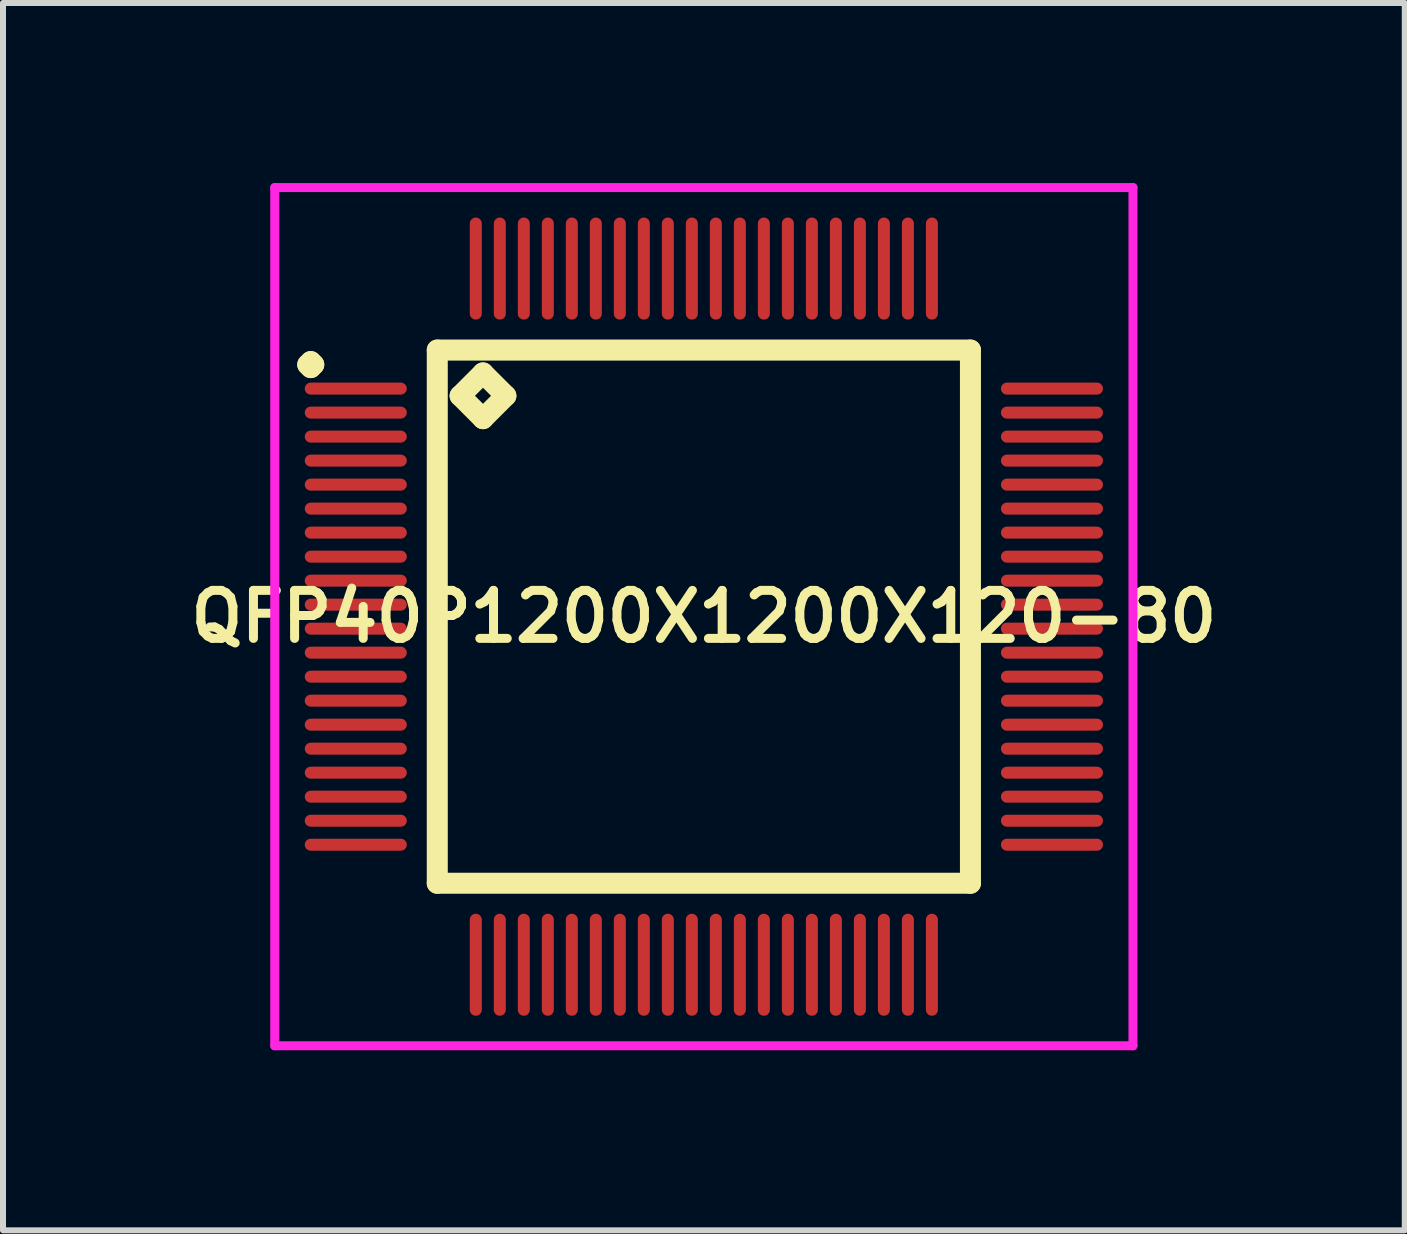
<source format=kicad_pcb>
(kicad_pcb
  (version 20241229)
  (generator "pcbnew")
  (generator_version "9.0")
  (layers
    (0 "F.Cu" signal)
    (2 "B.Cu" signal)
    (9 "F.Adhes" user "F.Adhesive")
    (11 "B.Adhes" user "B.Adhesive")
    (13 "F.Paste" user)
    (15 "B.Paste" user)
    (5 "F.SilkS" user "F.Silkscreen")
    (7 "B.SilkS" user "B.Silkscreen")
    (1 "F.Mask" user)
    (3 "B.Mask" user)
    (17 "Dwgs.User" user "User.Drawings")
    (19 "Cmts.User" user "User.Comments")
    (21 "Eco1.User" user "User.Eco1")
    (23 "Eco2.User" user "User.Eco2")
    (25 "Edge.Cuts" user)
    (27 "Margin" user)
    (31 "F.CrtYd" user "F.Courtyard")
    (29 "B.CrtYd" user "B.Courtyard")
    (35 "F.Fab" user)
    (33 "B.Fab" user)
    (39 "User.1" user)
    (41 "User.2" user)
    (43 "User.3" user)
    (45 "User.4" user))
  (footprint "QFP40P1200X1200X120-80"
    (layer "F.Cu")
    (at 8.678 7.225)
    (property "Reference" "QFP40P1200X1200X120-80" (at 0 0 0) (layer "F.SilkS") (effects (font (size 0.8 0.8) (thickness 0.15))))
    (attr smd)
    (fp_line (start -6.6 -4.2) (end -6.55 -4.25) (stroke (width 0.35) (type solid)) (layer "F.SilkS"))
    (fp_line (start -6.55 -4.25) (end -6.5 -4.2) (stroke (width 0.35) (type solid)) (layer "F.SilkS"))
    (fp_line (start -6.55 -4.15) (end -6.6 -4.2) (stroke (width 0.35) (type solid)) (layer "F.SilkS"))
    (fp_line (start -6.5 -4.2) (end -6.55 -4.15) (stroke (width 0.35) (type solid)) (layer "F.SilkS"))
    (fp_line (start -4.442 -4.442) (end -4.442 4.442) (stroke (width 0.35) (type solid)) (layer "F.SilkS"))
    (fp_line (start -4.442 4.442) (end 4.442 4.442) (stroke (width 0.35) (type solid)) (layer "F.SilkS"))
    (fp_line (start -4.061 -3.68) (end -3.68 -4.061) (stroke (width 0.35) (type solid)) (layer "F.SilkS"))
    (fp_line (start -3.68 -4.061) (end -3.299 -3.68) (stroke (width 0.35) (type solid)) (layer "F.SilkS"))
    (fp_line (start -3.68 -3.299) (end -4.061 -3.68) (stroke (width 0.35) (type solid)) (layer "F.SilkS"))
    (fp_line (start -3.299 -3.68) (end -3.68 -3.299) (stroke (width 0.35) (type solid)) (layer "F.SilkS"))
    (fp_line (start 4.442 -4.442) (end -4.442 -4.442) (stroke (width 0.35) (type solid)) (layer "F.SilkS"))
    (fp_line (start 4.442 4.442) (end 4.442 -4.442) (stroke (width 0.35) (type solid)) (layer "F.SilkS"))
    (fp_line (start -7.15 -7.15) (end 7.15 -7.15) (stroke (width 0.15) (type solid)) (layer "F.CrtYd"))
    (fp_line (start -7.15 7.15) (end -7.15 -7.15) (stroke (width 0.15) (type solid)) (layer "F.CrtYd"))
    (fp_line (start 7.15 -7.15) (end 7.15 7.15) (stroke (width 0.15) (type solid)) (layer "F.CrtYd"))
    (fp_line (start 7.15 7.15) (end -7.15 7.15) (stroke (width 0.15) (type solid)) (layer "F.CrtYd"))
    (pad "1" smd oval (at -5.8 -3.8) (size 1.7 0.2) (layers "F.Cu" "F.Mask" "F.Paste"))
    (pad "2" smd oval (at -5.8 -3.4) (size 1.7 0.2) (layers "F.Cu" "F.Mask" "F.Paste"))
    (pad "3" smd oval (at -5.8 -3) (size 1.7 0.2) (layers "F.Cu" "F.Mask" "F.Paste"))
    (pad "4" smd oval (at -5.8 -2.6) (size 1.7 0.2) (layers "F.Cu" "F.Mask" "F.Paste"))
    (pad "5" smd oval (at -5.8 -2.2) (size 1.7 0.2) (layers "F.Cu" "F.Mask" "F.Paste"))
    (pad "6" smd oval (at -5.8 -1.8) (size 1.7 0.2) (layers "F.Cu" "F.Mask" "F.Paste"))
    (pad "7" smd oval (at -5.8 -1.4) (size 1.7 0.2) (layers "F.Cu" "F.Mask" "F.Paste"))
    (pad "8" smd oval (at -5.8 -1) (size 1.7 0.2) (layers "F.Cu" "F.Mask" "F.Paste"))
    (pad "9" smd oval (at -5.8 -0.6) (size 1.7 0.2) (layers "F.Cu" "F.Mask" "F.Paste"))
    (pad "10" smd oval (at -5.8 -0.2) (size 1.7 0.2) (layers "F.Cu" "F.Mask" "F.Paste"))
    (pad "11" smd oval (at -5.8 0.2) (size 1.7 0.2) (layers "F.Cu" "F.Mask" "F.Paste"))
    (pad "12" smd oval (at -5.8 0.6) (size 1.7 0.2) (layers "F.Cu" "F.Mask" "F.Paste"))
    (pad "13" smd oval (at -5.8 1) (size 1.7 0.2) (layers "F.Cu" "F.Mask" "F.Paste"))
    (pad "14" smd oval (at -5.8 1.4) (size 1.7 0.2) (layers "F.Cu" "F.Mask" "F.Paste"))
    (pad "15" smd oval (at -5.8 1.8) (size 1.7 0.2) (layers "F.Cu" "F.Mask" "F.Paste"))
    (pad "16" smd oval (at -5.8 2.2) (size 1.7 0.2) (layers "F.Cu" "F.Mask" "F.Paste"))
    (pad "17" smd oval (at -5.8 2.6) (size 1.7 0.2) (layers "F.Cu" "F.Mask" "F.Paste"))
    (pad "18" smd oval (at -5.8 3) (size 1.7 0.2) (layers "F.Cu" "F.Mask" "F.Paste"))
    (pad "19" smd oval (at -5.8 3.4) (size 1.7 0.2) (layers "F.Cu" "F.Mask" "F.Paste"))
    (pad "20" smd oval (at -5.8 3.8) (size 1.7 0.2) (layers "F.Cu" "F.Mask" "F.Paste"))
    (pad "21" smd oval (at -3.8 5.8) (size 0.2 1.7) (layers "F.Cu" "F.Mask" "F.Paste"))
    (pad "22" smd oval (at -3.4 5.8) (size 0.2 1.7) (layers "F.Cu" "F.Mask" "F.Paste"))
    (pad "23" smd oval (at -3 5.8) (size 0.2 1.7) (layers "F.Cu" "F.Mask" "F.Paste"))
    (pad "24" smd oval (at -2.6 5.8) (size 0.2 1.7) (layers "F.Cu" "F.Mask" "F.Paste"))
    (pad "25" smd oval (at -2.2 5.8) (size 0.2 1.7) (layers "F.Cu" "F.Mask" "F.Paste"))
    (pad "26" smd oval (at -1.8 5.8) (size 0.2 1.7) (layers "F.Cu" "F.Mask" "F.Paste"))
    (pad "27" smd oval (at -1.4 5.8) (size 0.2 1.7) (layers "F.Cu" "F.Mask" "F.Paste"))
    (pad "28" smd oval (at -1 5.8) (size 0.2 1.7) (layers "F.Cu" "F.Mask" "F.Paste"))
    (pad "29" smd oval (at -0.6 5.8) (size 0.2 1.7) (layers "F.Cu" "F.Mask" "F.Paste"))
    (pad "30" smd oval (at -0.2 5.8) (size 0.2 1.7) (layers "F.Cu" "F.Mask" "F.Paste"))
    (pad "31" smd oval (at 0.2 5.8) (size 0.2 1.7) (layers "F.Cu" "F.Mask" "F.Paste"))
    (pad "32" smd oval (at 0.6 5.8) (size 0.2 1.7) (layers "F.Cu" "F.Mask" "F.Paste"))
    (pad "33" smd oval (at 1 5.8) (size 0.2 1.7) (layers "F.Cu" "F.Mask" "F.Paste"))
    (pad "34" smd oval (at 1.4 5.8) (size 0.2 1.7) (layers "F.Cu" "F.Mask" "F.Paste"))
    (pad "35" smd oval (at 1.8 5.8) (size 0.2 1.7) (layers "F.Cu" "F.Mask" "F.Paste"))
    (pad "36" smd oval (at 2.2 5.8) (size 0.2 1.7) (layers "F.Cu" "F.Mask" "F.Paste"))
    (pad "37" smd oval (at 2.6 5.8) (size 0.2 1.7) (layers "F.Cu" "F.Mask" "F.Paste"))
    (pad "38" smd oval (at 3 5.8) (size 0.2 1.7) (layers "F.Cu" "F.Mask" "F.Paste"))
    (pad "39" smd oval (at 3.4 5.8) (size 0.2 1.7) (layers "F.Cu" "F.Mask" "F.Paste"))
    (pad "40" smd oval (at 3.8 5.8) (size 0.2 1.7) (layers "F.Cu" "F.Mask" "F.Paste"))
    (pad "41" smd oval (at 5.8 3.8) (size 1.7 0.2) (layers "F.Cu" "F.Mask" "F.Paste"))
    (pad "42" smd oval (at 5.8 3.4) (size 1.7 0.2) (layers "F.Cu" "F.Mask" "F.Paste"))
    (pad "43" smd oval (at 5.8 3) (size 1.7 0.2) (layers "F.Cu" "F.Mask" "F.Paste"))
    (pad "44" smd oval (at 5.8 2.6) (size 1.7 0.2) (layers "F.Cu" "F.Mask" "F.Paste"))
    (pad "45" smd oval (at 5.8 2.2) (size 1.7 0.2) (layers "F.Cu" "F.Mask" "F.Paste"))
    (pad "46" smd oval (at 5.8 1.8) (size 1.7 0.2) (layers "F.Cu" "F.Mask" "F.Paste"))
    (pad "47" smd oval (at 5.8 1.4) (size 1.7 0.2) (layers "F.Cu" "F.Mask" "F.Paste"))
    (pad "48" smd oval (at 5.8 1) (size 1.7 0.2) (layers "F.Cu" "F.Mask" "F.Paste"))
    (pad "49" smd oval (at 5.8 0.6) (size 1.7 0.2) (layers "F.Cu" "F.Mask" "F.Paste"))
    (pad "50" smd oval (at 5.8 0.2) (size 1.7 0.2) (layers "F.Cu" "F.Mask" "F.Paste"))
    (pad "51" smd oval (at 5.8 -0.2) (size 1.7 0.2) (layers "F.Cu" "F.Mask" "F.Paste"))
    (pad "52" smd oval (at 5.8 -0.6) (size 1.7 0.2) (layers "F.Cu" "F.Mask" "F.Paste"))
    (pad "53" smd oval (at 5.8 -1) (size 1.7 0.2) (layers "F.Cu" "F.Mask" "F.Paste"))
    (pad "54" smd oval (at 5.8 -1.4) (size 1.7 0.2) (layers "F.Cu" "F.Mask" "F.Paste"))
    (pad "55" smd oval (at 5.8 -1.8) (size 1.7 0.2) (layers "F.Cu" "F.Mask" "F.Paste"))
    (pad "56" smd oval (at 5.8 -2.2) (size 1.7 0.2) (layers "F.Cu" "F.Mask" "F.Paste"))
    (pad "57" smd oval (at 5.8 -2.6) (size 1.7 0.2) (layers "F.Cu" "F.Mask" "F.Paste"))
    (pad "58" smd oval (at 5.8 -3) (size 1.7 0.2) (layers "F.Cu" "F.Mask" "F.Paste"))
    (pad "59" smd oval (at 5.8 -3.4) (size 1.7 0.2) (layers "F.Cu" "F.Mask" "F.Paste"))
    (pad "60" smd oval (at 5.8 -3.8) (size 1.7 0.2) (layers "F.Cu" "F.Mask" "F.Paste"))
    (pad "61" smd oval (at 3.8 -5.8) (size 0.2 1.7) (layers "F.Cu" "F.Mask" "F.Paste"))
    (pad "62" smd oval (at 3.4 -5.8) (size 0.2 1.7) (layers "F.Cu" "F.Mask" "F.Paste"))
    (pad "63" smd oval (at 3 -5.8) (size 0.2 1.7) (layers "F.Cu" "F.Mask" "F.Paste"))
    (pad "64" smd oval (at 2.6 -5.8) (size 0.2 1.7) (layers "F.Cu" "F.Mask" "F.Paste"))
    (pad "65" smd oval (at 2.2 -5.8) (size 0.2 1.7) (layers "F.Cu" "F.Mask" "F.Paste"))
    (pad "66" smd oval (at 1.8 -5.8) (size 0.2 1.7) (layers "F.Cu" "F.Mask" "F.Paste"))
    (pad "67" smd oval (at 1.4 -5.8) (size 0.2 1.7) (layers "F.Cu" "F.Mask" "F.Paste"))
    (pad "68" smd oval (at 1 -5.8) (size 0.2 1.7) (layers "F.Cu" "F.Mask" "F.Paste"))
    (pad "69" smd oval (at 0.6 -5.8) (size 0.2 1.7) (layers "F.Cu" "F.Mask" "F.Paste"))
    (pad "70" smd oval (at 0.2 -5.8) (size 0.2 1.7) (layers "F.Cu" "F.Mask" "F.Paste"))
    (pad "71" smd oval (at -0.2 -5.8) (size 0.2 1.7) (layers "F.Cu" "F.Mask" "F.Paste"))
    (pad "72" smd oval (at -0.6 -5.8) (size 0.2 1.7) (layers "F.Cu" "F.Mask" "F.Paste"))
    (pad "73" smd oval (at -1 -5.8) (size 0.2 1.7) (layers "F.Cu" "F.Mask" "F.Paste"))
    (pad "74" smd oval (at -1.4 -5.8) (size 0.2 1.7) (layers "F.Cu" "F.Mask" "F.Paste"))
    (pad "75" smd oval (at -1.8 -5.8) (size 0.2 1.7) (layers "F.Cu" "F.Mask" "F.Paste"))
    (pad "76" smd oval (at -2.2 -5.8) (size 0.2 1.7) (layers "F.Cu" "F.Mask" "F.Paste"))
    (pad "77" smd oval (at -2.6 -5.8) (size 0.2 1.7) (layers "F.Cu" "F.Mask" "F.Paste"))
    (pad "78" smd oval (at -3 -5.8) (size 0.2 1.7) (layers "F.Cu" "F.Mask" "F.Paste"))
    (pad "79" smd oval (at -3.4 -5.8) (size 0.2 1.7) (layers "F.Cu" "F.Mask" "F.Paste"))
    (pad "80" smd oval (at -3.8 -5.8) (size 0.2 1.7) (layers "F.Cu" "F.Mask" "F.Paste")))
  (gr_rect
    (start -3 -3)
    (end 20.357 17.45)
    (stroke (width 0.1) (type default))
    (fill no)
    (layer "Edge.Cuts")))
</source>
